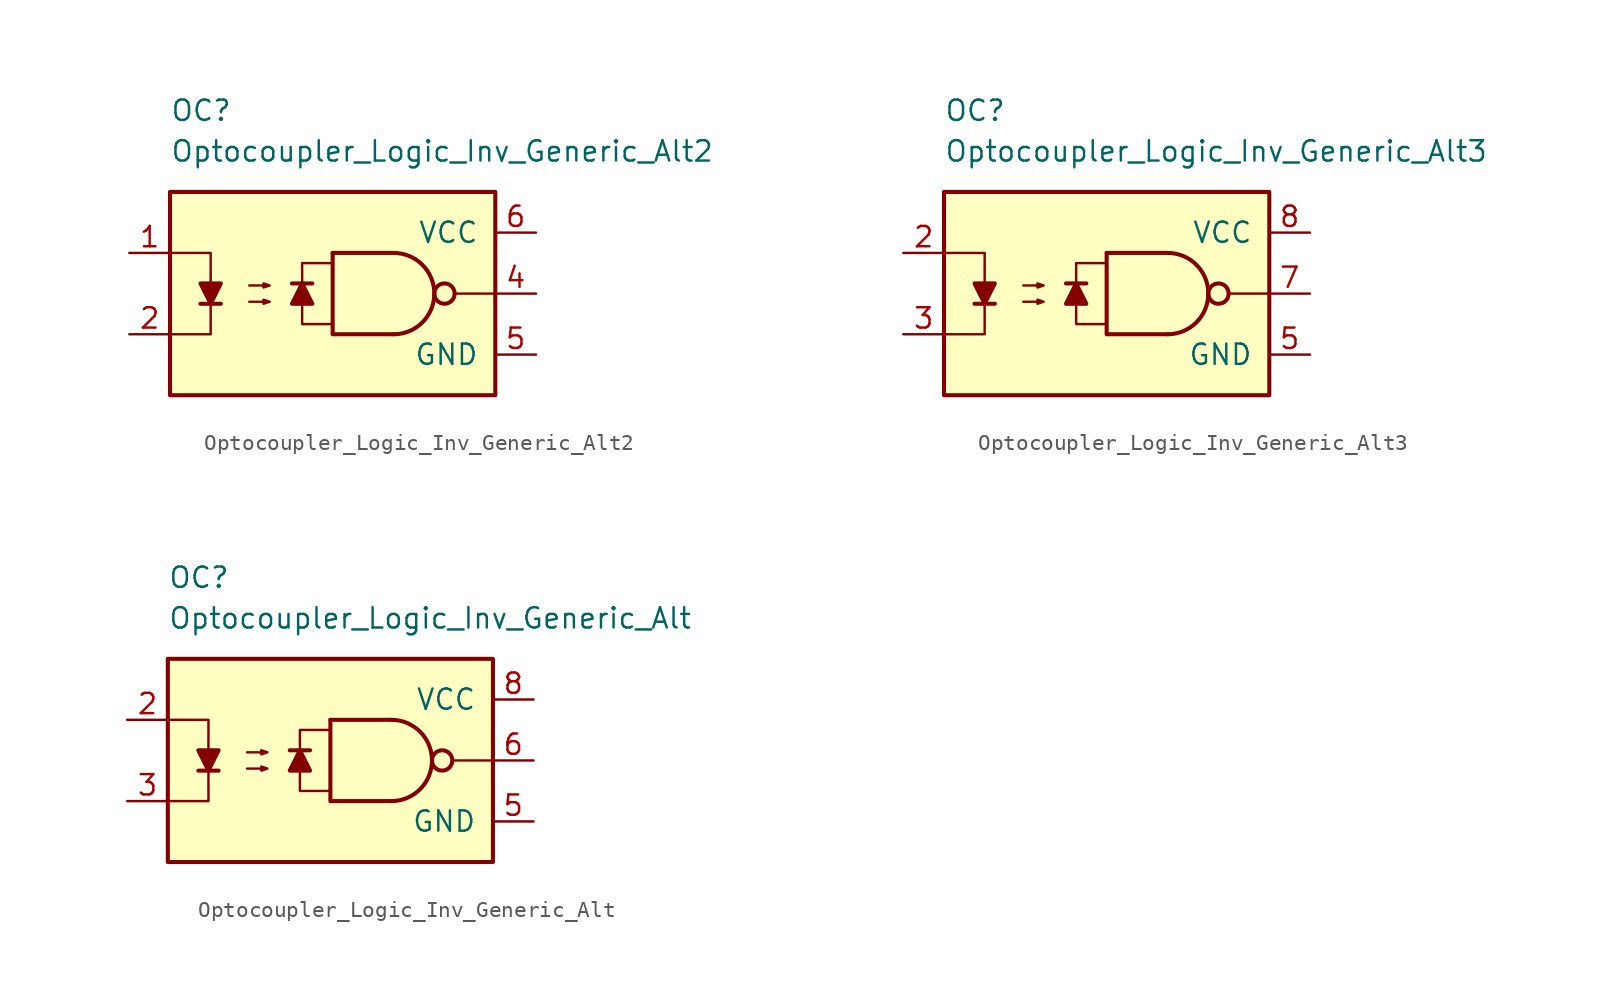
<source format=kicad_sym>
(kicad_symbol_lib
  (version 20211014)
  (generator kicad_symbol_editor)
  (symbol "Optocoupler_Logic_Inv_Generic_Alt2"
    (pin_names
      (offset 1.016))
    (property "Reference" "OC"
      (at -10.16 11.43 0)
      (effects (font (size 1.27 1.27)) (justify left)))
    (property "Value" "Optocoupler_Logic_Inv_Generic_Alt2"
      (at -10.16 8.89 0)
      (effects (font (size 1.27 1.27)) (justify left)))
    (symbol "Optocoupler_Logic_Inv_Generic_Alt2_0_0"
      (rectangle (start -10.16 6.35) (end 10.16 -6.35) (stroke (width 0.254) (type default) (color 0 0 0 0)) (fill (type background)))
      (polyline (pts (xy 10.16 0) (xy 7.62 0)) (stroke (width 0) (type default) (color 0 0 0 0)) (fill (type none))))
    (symbol "Optocoupler_Logic_Inv_Generic_Alt2_0_1"
      (polyline (pts (xy -8.255 -0.635) (xy -6.985 -0.635)) (stroke (width 0.254) (type default) (color 0 0 0 0)) (fill (type none)))
      (polyline (pts (xy 0 2.54) (xy 3.81 2.54)) (stroke (width 0.254) (type default) (color 0 0 0 0)) (fill (type none)))
      (polyline (pts (xy -10.16 2.54) (xy -7.62 2.54) (xy -7.62 -0.635)) (stroke (width 0) (type default) (color 0 0 0 0)) (fill (type none)))
      (polyline (pts (xy -7.62 -0.635) (xy -7.62 -2.54) (xy -10.16 -2.54)) (stroke (width 0) (type default) (color 0 0 0 0)) (fill (type none)))
      (polyline (pts (xy 0 2.54) (xy 0 -2.54) (xy 3.81 -2.54)) (stroke (width 0.254) (type default) (color 0 0 0 0)) (fill (type none)))
      (polyline (pts (xy -7.62 -0.635) (xy -8.255 0.635) (xy -6.985 0.635) (xy -7.62 -0.635)) (stroke (width 0.254) (type default) (color 0 0 0 0)) (fill (type outline)))
      (polyline (pts (xy -5.207 -0.508) (xy -3.937 -0.508) (xy -4.318 -0.635) (xy -4.318 -0.381) (xy -3.937 -0.508)) (stroke (width 0) (type default) (color 0 0 0 0)) (fill (type none)))
      (polyline (pts (xy -5.207 0.508) (xy -3.937 0.508) (xy -4.318 0.381) (xy -4.318 0.635) (xy -3.937 0.508)) (stroke (width 0) (type default) (color 0 0 0 0)) (fill (type none)))
      (arc (start 3.81 -2.54) (mid 6.35 0) (end 3.81 2.54) (stroke (width 0.254) (type default) (color 0 0 0 0)) (fill (type none)))
      (circle (center 6.985 0) (radius 0.635) (stroke (width 0.254) (type default) (color 0 0 0 0)) (fill (type none))))
    (symbol "Optocoupler_Logic_Inv_Generic_Alt2_1_1"
      (polyline (pts (xy -1.27 0.635) (xy -2.54 0.635)) (stroke (width 0.254) (type default) (color 0 0 0 0)) (fill (type none)))
      (polyline (pts (xy -1.905 0.635) (xy -1.27 -0.635) (xy -2.54 -0.635) (xy -1.905 0.635)) (stroke (width 0.254) (type default) (color 0 0 0 0)) (fill (type outline)))
      (polyline (pts (xy 0 -1.905) (xy -1.905 -1.905) (xy -1.905 1.905) (xy 0 1.905)) (stroke (width 0.152) (type default) (color 0 0 0 0)) (fill (type none)))
      (pin passive line (at -12.7 2.54 0) (length 2.54) (name "~" (effects (font (size 1.27 1.27)))) (number "1" (effects (font (size 1.27 1.27)))))
      (pin passive line (at -12.7 -2.54 0) (length 2.54) (name "~" (effects (font (size 1.27 1.27)))) (number "2" (effects (font (size 1.27 1.27)))))
      (pin no_connect line (at 0 0 0) (length 2.54) hide (name "NC" (effects (font (size 1.27 1.27)))) (number "3" (effects (font (size 1.27 1.27)))))
      (pin output line (at 12.7 0 180) (length 2.54) (name "~" (effects (font (size 1.27 1.27)))) (number "4" (effects (font (size 1.27 1.27)))))
      (pin power_in line (at 12.7 -3.81 180) (length 2.54) (name "GND" (effects (font (size 1.27 1.27)))) (number "5" (effects (font (size 1.27 1.27)))))
      (pin power_in line (at 12.7 3.81 180) (length 2.54) (name "VCC" (effects (font (size 1.27 1.27)))) (number "6" (effects (font (size 1.27 1.27)))))))
  (symbol "Optocoupler_Logic_Inv_Generic_Alt3"
    (pin_names
      (offset 1.016))
    (property "Reference" "OC"
      (at -10.16 11.43 0)
      (effects (font (size 1.27 1.27)) (justify left)))
    (property "Value" "Optocoupler_Logic_Inv_Generic_Alt3"
      (at -10.16 8.89 0)
      (effects (font (size 1.27 1.27)) (justify left)))
    (symbol "Optocoupler_Logic_Inv_Generic_Alt3_0_0"
      (rectangle (start -10.16 6.35) (end 10.16 -6.35) (stroke (width 0.254) (type default) (color 0 0 0 0)) (fill (type background)))
      (polyline (pts (xy 10.16 0) (xy 7.62 0)) (stroke (width 0) (type default) (color 0 0 0 0)) (fill (type none))))
    (symbol "Optocoupler_Logic_Inv_Generic_Alt3_0_1"
      (polyline (pts (xy -8.255 -0.635) (xy -6.985 -0.635)) (stroke (width 0.254) (type default) (color 0 0 0 0)) (fill (type none)))
      (polyline (pts (xy 0 2.54) (xy 3.81 2.54)) (stroke (width 0.254) (type default) (color 0 0 0 0)) (fill (type none)))
      (polyline (pts (xy -10.16 2.54) (xy -7.62 2.54) (xy -7.62 -0.635)) (stroke (width 0) (type default) (color 0 0 0 0)) (fill (type none)))
      (polyline (pts (xy -7.62 -0.635) (xy -7.62 -2.54) (xy -10.16 -2.54)) (stroke (width 0) (type default) (color 0 0 0 0)) (fill (type none)))
      (polyline (pts (xy 0 2.54) (xy 0 -2.54) (xy 3.81 -2.54)) (stroke (width 0.254) (type default) (color 0 0 0 0)) (fill (type none)))
      (polyline (pts (xy -7.62 -0.635) (xy -8.255 0.635) (xy -6.985 0.635) (xy -7.62 -0.635)) (stroke (width 0.254) (type default) (color 0 0 0 0)) (fill (type outline)))
      (polyline (pts (xy -5.207 -0.508) (xy -3.937 -0.508) (xy -4.318 -0.635) (xy -4.318 -0.381) (xy -3.937 -0.508)) (stroke (width 0) (type default) (color 0 0 0 0)) (fill (type none)))
      (polyline (pts (xy -5.207 0.508) (xy -3.937 0.508) (xy -4.318 0.381) (xy -4.318 0.635) (xy -3.937 0.508)) (stroke (width 0) (type default) (color 0 0 0 0)) (fill (type none)))
      (arc (start 3.81 -2.54) (mid 6.35 0) (end 3.81 2.54) (stroke (width 0.254) (type default) (color 0 0 0 0)) (fill (type none)))
      (circle (center 6.985 0) (radius 0.635) (stroke (width 0.254) (type default) (color 0 0 0 0)) (fill (type none))))
    (symbol "Optocoupler_Logic_Inv_Generic_Alt3_1_1"
      (polyline (pts (xy -1.27 0.635) (xy -2.54 0.635)) (stroke (width 0.254) (type default) (color 0 0 0 0)) (fill (type none)))
      (polyline (pts (xy -1.905 0.635) (xy -1.27 -0.635) (xy -2.54 -0.635) (xy -1.905 0.635)) (stroke (width 0.254) (type default) (color 0 0 0 0)) (fill (type outline)))
      (polyline (pts (xy 0 -1.905) (xy -1.905 -1.905) (xy -1.905 1.905) (xy 0 1.905)) (stroke (width 0.152) (type default) (color 0 0 0 0)) (fill (type none)))
      (pin no_connect line (at 0 2.54 0) (length 2.54) hide (name "NC" (effects (font (size 1.27 1.27)))) (number "1" (effects (font (size 1.27 1.27)))))
      (pin passive line (at -12.7 2.54 0) (length 2.54) (name "~" (effects (font (size 1.27 1.27)))) (number "2" (effects (font (size 1.27 1.27)))))
      (pin passive line (at -12.7 -2.54 0) (length 2.54) (name "~" (effects (font (size 1.27 1.27)))) (number "3" (effects (font (size 1.27 1.27)))))
      (pin no_connect line (at 0 0 0) (length 2.54) hide (name "NC" (effects (font (size 1.27 1.27)))) (number "4" (effects (font (size 1.27 1.27)))))
      (pin power_in line (at 12.7 -3.81 180) (length 2.54) (name "GND" (effects (font (size 1.27 1.27)))) (number "5" (effects (font (size 1.27 1.27)))))
      (pin no_connect line (at 0 -2.54 0) (length 2.54) hide (name "NC" (effects (font (size 1.27 1.27)))) (number "6" (effects (font (size 1.27 1.27)))))
      (pin output line (at 12.7 0 180) (length 2.54) (name "~" (effects (font (size 1.27 1.27)))) (number "7" (effects (font (size 1.27 1.27)))))
      (pin power_in line (at 12.7 3.81 180) (length 2.54) (name "VCC" (effects (font (size 1.27 1.27)))) (number "8" (effects (font (size 1.27 1.27)))))))
  (symbol "Optocoupler_Logic_Inv_Generic_Alt"
    (pin_names
      (offset 1.016))
    (property "Reference" "OC"
      (at -10.16 11.43 0)
      (effects (font (size 1.27 1.27)) (justify left)))
    (property "Value" "Optocoupler_Logic_Inv_Generic_Alt"
      (at -10.16 8.89 0)
      (effects (font (size 1.27 1.27)) (justify left)))
    (symbol "Optocoupler_Logic_Inv_Generic_Alt_0_0"
      (rectangle (start -10.16 6.35) (end 10.16 -6.35) (stroke (width 0.254) (type default) (color 0 0 0 0)) (fill (type background)))
      (polyline (pts (xy 10.16 0) (xy 7.62 0)) (stroke (width 0) (type default) (color 0 0 0 0)) (fill (type none))))
    (symbol "Optocoupler_Logic_Inv_Generic_Alt_0_1"
      (polyline (pts (xy -8.255 -0.635) (xy -6.985 -0.635)) (stroke (width 0.254) (type default) (color 0 0 0 0)) (fill (type none)))
      (polyline (pts (xy 0 2.54) (xy 3.81 2.54)) (stroke (width 0.254) (type default) (color 0 0 0 0)) (fill (type none)))
      (polyline (pts (xy -10.16 2.54) (xy -7.62 2.54) (xy -7.62 -0.635)) (stroke (width 0) (type default) (color 0 0 0 0)) (fill (type none)))
      (polyline (pts (xy -7.62 -0.635) (xy -7.62 -2.54) (xy -10.16 -2.54)) (stroke (width 0) (type default) (color 0 0 0 0)) (fill (type none)))
      (polyline (pts (xy 0 2.54) (xy 0 -2.54) (xy 3.81 -2.54)) (stroke (width 0.254) (type default) (color 0 0 0 0)) (fill (type none)))
      (polyline (pts (xy -7.62 -0.635) (xy -8.255 0.635) (xy -6.985 0.635) (xy -7.62 -0.635)) (stroke (width 0.254) (type default) (color 0 0 0 0)) (fill (type outline)))
      (polyline (pts (xy -5.207 -0.508) (xy -3.937 -0.508) (xy -4.318 -0.635) (xy -4.318 -0.381) (xy -3.937 -0.508)) (stroke (width 0) (type default) (color 0 0 0 0)) (fill (type none)))
      (polyline (pts (xy -5.207 0.508) (xy -3.937 0.508) (xy -4.318 0.381) (xy -4.318 0.635) (xy -3.937 0.508)) (stroke (width 0) (type default) (color 0 0 0 0)) (fill (type none)))
      (arc (start 3.81 -2.54) (mid 6.35 0) (end 3.81 2.54) (stroke (width 0.254) (type default) (color 0 0 0 0)) (fill (type none)))
      (circle (center 6.985 0) (radius 0.635) (stroke (width 0.254) (type default) (color 0 0 0 0)) (fill (type none))))
    (symbol "Optocoupler_Logic_Inv_Generic_Alt_1_1"
      (polyline (pts (xy -1.27 0.635) (xy -2.54 0.635)) (stroke (width 0.254) (type default) (color 0 0 0 0)) (fill (type none)))
      (polyline (pts (xy -1.905 0.635) (xy -1.27 -0.635) (xy -2.54 -0.635) (xy -1.905 0.635)) (stroke (width 0.254) (type default) (color 0 0 0 0)) (fill (type outline)))
      (polyline (pts (xy 0 -1.905) (xy -1.905 -1.905) (xy -1.905 1.905) (xy 0 1.905)) (stroke (width 0.152) (type default) (color 0 0 0 0)) (fill (type none)))
      (pin no_connect line (at 0 2.54 0) (length 2.54) hide (name "NC" (effects (font (size 1.27 1.27)))) (number "1" (effects (font (size 1.27 1.27)))))
      (pin passive line (at -12.7 2.54 0) (length 2.54) (name "~" (effects (font (size 1.27 1.27)))) (number "2" (effects (font (size 1.27 1.27)))))
      (pin passive line (at -12.7 -2.54 0) (length 2.54) (name "~" (effects (font (size 1.27 1.27)))) (number "3" (effects (font (size 1.27 1.27)))))
      (pin no_connect line (at 0 0 0) (length 2.54) hide (name "NC" (effects (font (size 1.27 1.27)))) (number "4" (effects (font (size 1.27 1.27)))))
      (pin power_in line (at 12.7 -3.81 180) (length 2.54) (name "GND" (effects (font (size 1.27 1.27)))) (number "5" (effects (font (size 1.27 1.27)))))
      (pin output line (at 12.7 0 180) (length 2.54) (name "~" (effects (font (size 1.27 1.27)))) (number "6" (effects (font (size 1.27 1.27)))))
      (pin no_connect line (at 0 -2.54 0) (length 2.54) hide (name "NC" (effects (font (size 1.27 1.27)))) (number "7" (effects (font (size 1.27 1.27)))))
      (pin power_in line (at 12.7 3.81 180) (length 2.54) (name "VCC" (effects (font (size 1.27 1.27)))) (number "8" (effects (font (size 1.27 1.27))))))))
</source>
